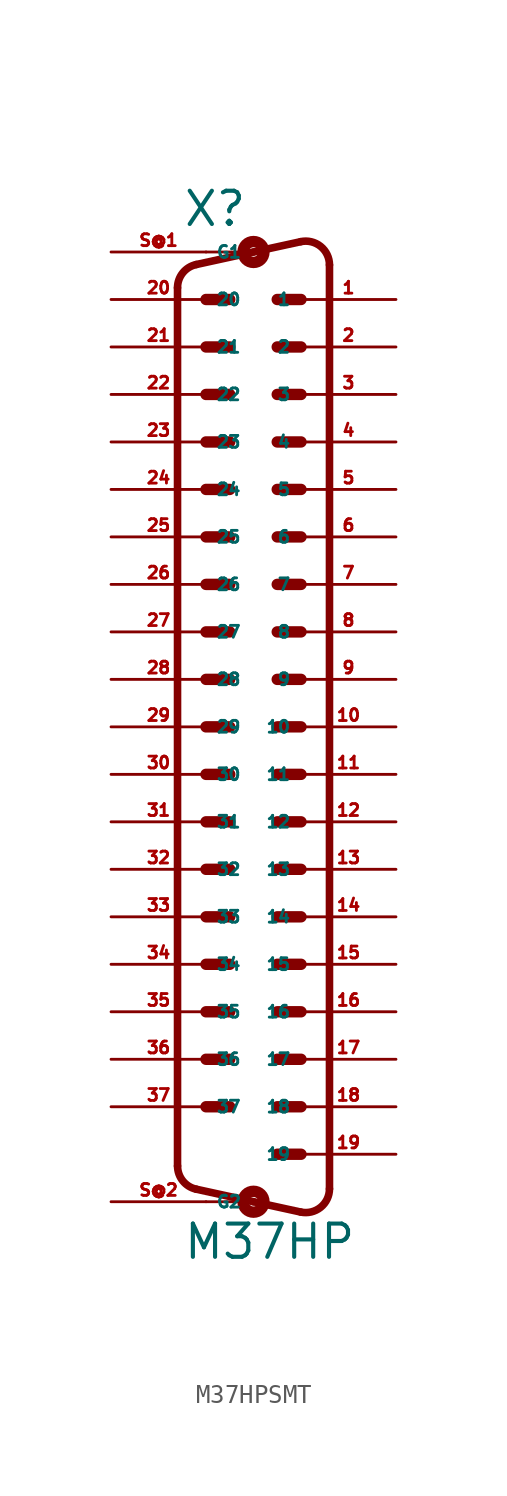
<source format=kicad_sym>
(kicad_symbol_lib
  (version 20220914)
  (generator Eagle2Kicad)
  (symbol "M37HPSMT"
    (property "Reference" "X"
      (at -3.81 24.13 0)
      (effects (font (size 1.778 1.778) (thickness 0.22)) (justify left bottom)))
    (property "Value" "M37HP"
      (at -3.81 -31.115 0)
      (effects (font (size 1.778 1.778) (thickness 0.22)) (justify left bottom)))
    (polyline
      (pts (xy 0 22.86) (xy -2.54 22.86))
      (stroke (width 0.152) (type default))
      (fill (type none)))
    (polyline
      (pts (xy -2.54 -27.94) (xy 0 -27.94))
      (stroke (width 0.152) (type default))
      (fill (type none)))
    (polyline
      (pts (xy 1.27 20.32) (xy 2.54 20.32))
      (stroke (width 0.61) (type default))
      (fill (type none)))
    (polyline
      (pts (xy -2.54 20.32) (xy -1.27 20.32))
      (stroke (width 0.61) (type default))
      (fill (type none)))
    (polyline
      (pts (xy 1.27 15.24) (xy 2.54 15.24))
      (stroke (width 0.61) (type default))
      (fill (type none)))
    (polyline
      (pts (xy -2.54 17.78) (xy -1.27 17.78))
      (stroke (width 0.61) (type default))
      (fill (type none)))
    (polyline
      (pts (xy 1.27 10.16) (xy 2.54 10.16))
      (stroke (width 0.61) (type default))
      (fill (type none)))
    (polyline
      (pts (xy -2.54 15.24) (xy -1.27 15.24))
      (stroke (width 0.61) (type default))
      (fill (type none)))
    (polyline
      (pts (xy 1.27 5.08) (xy 2.54 5.08))
      (stroke (width 0.61) (type default))
      (fill (type none)))
    (polyline
      (pts (xy -2.54 12.7) (xy -1.27 12.7))
      (stroke (width 0.61) (type default))
      (fill (type none)))
    (polyline
      (pts (xy 1.27 0) (xy 2.54 0))
      (stroke (width 0.61) (type default))
      (fill (type none)))
    (polyline
      (pts (xy -2.54 10.16) (xy -1.27 10.16))
      (stroke (width 0.61) (type default))
      (fill (type none)))
    (polyline
      (pts (xy 1.27 -5.08) (xy 2.54 -5.08))
      (stroke (width 0.61) (type default))
      (fill (type none)))
    (polyline
      (pts (xy -2.54 7.62) (xy -1.27 7.62))
      (stroke (width 0.61) (type default))
      (fill (type none)))
    (polyline
      (pts (xy 1.27 -10.16) (xy 2.54 -10.16))
      (stroke (width 0.61) (type default))
      (fill (type none)))
    (polyline
      (pts (xy -2.54 5.08) (xy -1.27 5.08))
      (stroke (width 0.61) (type default))
      (fill (type none)))
    (polyline
      (pts (xy 1.27 -15.24) (xy 2.54 -15.24))
      (stroke (width 0.61) (type default))
      (fill (type none)))
    (polyline
      (pts (xy -2.54 2.54) (xy -1.27 2.54))
      (stroke (width 0.61) (type default))
      (fill (type none)))
    (polyline
      (pts (xy 1.27 -20.32) (xy 2.54 -20.32))
      (stroke (width 0.61) (type default))
      (fill (type none)))
    (polyline
      (pts (xy -2.54 0) (xy -1.27 0))
      (stroke (width 0.61) (type default))
      (fill (type none)))
    (polyline
      (pts (xy 1.27 -25.4) (xy 2.54 -25.4))
      (stroke (width 0.61) (type default))
      (fill (type none)))
    (polyline
      (pts (xy -2.54 -2.54) (xy -1.27 -2.54))
      (stroke (width 0.61) (type default))
      (fill (type none)))
    (polyline
      (pts (xy 1.27 17.78) (xy 2.54 17.78))
      (stroke (width 0.61) (type default))
      (fill (type none)))
    (polyline
      (pts (xy -2.54 -5.08) (xy -1.27 -5.08))
      (stroke (width 0.61) (type default))
      (fill (type none)))
    (polyline
      (pts (xy 1.27 12.7) (xy 2.54 12.7))
      (stroke (width 0.61) (type default))
      (fill (type none)))
    (polyline
      (pts (xy -2.54 -7.62) (xy -1.27 -7.62))
      (stroke (width 0.61) (type default))
      (fill (type none)))
    (polyline
      (pts (xy 1.27 7.62) (xy 2.54 7.62))
      (stroke (width 0.61) (type default))
      (fill (type none)))
    (polyline
      (pts (xy -2.54 -10.16) (xy -1.27 -10.16))
      (stroke (width 0.61) (type default))
      (fill (type none)))
    (polyline
      (pts (xy 1.27 2.54) (xy 2.54 2.54))
      (stroke (width 0.61) (type default))
      (fill (type none)))
    (polyline
      (pts (xy -2.54 -12.7) (xy -1.27 -12.7))
      (stroke (width 0.61) (type default))
      (fill (type none)))
    (polyline
      (pts (xy 1.27 -2.54) (xy 2.54 -2.54))
      (stroke (width 0.61) (type default))
      (fill (type none)))
    (polyline
      (pts (xy -2.54 -15.24) (xy -1.27 -15.24))
      (stroke (width 0.61) (type default))
      (fill (type none)))
    (polyline
      (pts (xy 1.27 -7.62) (xy 2.54 -7.62))
      (stroke (width 0.61) (type default))
      (fill (type none)))
    (polyline
      (pts (xy -2.54 -17.78) (xy -1.27 -17.78))
      (stroke (width 0.61) (type default))
      (fill (type none)))
    (polyline
      (pts (xy 1.27 -12.7) (xy 2.54 -12.7))
      (stroke (width 0.61) (type default))
      (fill (type none)))
    (polyline
      (pts (xy -2.54 -20.32) (xy -1.27 -20.32))
      (stroke (width 0.61) (type default))
      (fill (type none)))
    (polyline
      (pts (xy 1.27 -17.78) (xy 2.54 -17.78))
      (stroke (width 0.61) (type default))
      (fill (type none)))
    (polyline
      (pts (xy -2.54 -22.86) (xy -1.27 -22.86))
      (stroke (width 0.61) (type default))
      (fill (type none)))
    (polyline
      (pts (xy 1.27 -22.86) (xy 2.54 -22.86))
      (stroke (width 0.61) (type default))
      (fill (type none)))
    (arc
      (start 2.5226 -28.4918)
      (mid 3.590 -28.240)
      (end 4.0637 -27.2512)
      (stroke (width 0.4064) (type default))
      (fill (type none)))
    (polyline
      (pts (xy 2.523 -28.492) (xy 0 -27.94))
      (stroke (width 0.406) (type default))
      (fill (type none)))
    (polyline
      (pts (xy 0 -27.94) (xy -3.065 -27.269))
      (stroke (width 0.406) (type default))
      (fill (type none)))
    (arc
      (start -4.064 -26.0288)
      (mid -3.783 -26.825)
      (end -3.0654 -27.2694)
      (stroke (width 0.4064) (type default))
      (fill (type none)))
    (polyline
      (pts (xy -4.064 20.949) (xy -4.064 -26.029))
      (stroke (width 0.406) (type default))
      (fill (type none)))
    (arc
      (start -3.0654 22.1894)
      (mid -3.783 21.745)
      (end -4.064 20.9488)
      (stroke (width 0.4064) (type default))
      (fill (type none)))
    (polyline
      (pts (xy 4.064 22.171) (xy 4.064 -27.251))
      (stroke (width 0.406) (type default))
      (fill (type none)))
    (polyline
      (pts (xy 2.523 23.412) (xy 0 22.86))
      (stroke (width 0.406) (type default))
      (fill (type none)))
    (polyline
      (pts (xy 0 22.86) (xy -3.065 22.189))
      (stroke (width 0.406) (type default))
      (fill (type none)))
    (arc
      (start 4.064 22.1712)
      (mid 3.590 23.161)
      (end 2.5226 23.4119)
      (stroke (width 0.4064) (type default))
      (fill (type none)))
    (circle
      (center 0 22.86)
      (radius 0.254)
      (stroke (width 0.61) (type default))
      (fill (type none)))
    (circle
      (center 0 -27.94)
      (radius 0.254)
      (stroke (width 0.61) (type default))
      (fill (type none)))
    (pin passive line
      (at -7.62 22.86 0)
      (length 5.08)
      (name "G1" (effects (font (size 0.635 0.635) (thickness 0.08)) (justify left bottom)))
      (number "S@1" (effects (font (size 0.635 0.635) (thickness 0.08)) (justify left bottom))))
    (pin passive line
      (at -7.62 -27.94 0)
      (length 5.08)
      (name "G2" (effects (font (size 0.635 0.635) (thickness 0.08)) (justify left bottom)))
      (number "S@2" (effects (font (size 0.635 0.635) (thickness 0.08)) (justify left bottom))))
    (pin passive line
      (at 7.62 20.32 180)
      (length 5.08)
      (name "1" (effects (font (size 0.635 0.635) (thickness 0.08)) (justify left bottom)))
      (number "1" (effects (font (size 0.635 0.635) (thickness 0.08)) (justify left bottom))))
    (pin passive line
      (at -7.62 20.32 0)
      (length 5.08)
      (name "20" (effects (font (size 0.635 0.635) (thickness 0.08)) (justify left bottom)))
      (number "20" (effects (font (size 0.635 0.635) (thickness 0.08)) (justify left bottom))))
    (pin passive line
      (at 7.62 17.78 180)
      (length 5.08)
      (name "2" (effects (font (size 0.635 0.635) (thickness 0.08)) (justify left bottom)))
      (number "2" (effects (font (size 0.635 0.635) (thickness 0.08)) (justify left bottom))))
    (pin passive line
      (at -7.62 17.78 0)
      (length 5.08)
      (name "21" (effects (font (size 0.635 0.635) (thickness 0.08)) (justify left bottom)))
      (number "21" (effects (font (size 0.635 0.635) (thickness 0.08)) (justify left bottom))))
    (pin passive line
      (at 7.62 15.24 180)
      (length 5.08)
      (name "3" (effects (font (size 0.635 0.635) (thickness 0.08)) (justify left bottom)))
      (number "3" (effects (font (size 0.635 0.635) (thickness 0.08)) (justify left bottom))))
    (pin passive line
      (at -7.62 15.24 0)
      (length 5.08)
      (name "22" (effects (font (size 0.635 0.635) (thickness 0.08)) (justify left bottom)))
      (number "22" (effects (font (size 0.635 0.635) (thickness 0.08)) (justify left bottom))))
    (pin passive line
      (at 7.62 12.7 180)
      (length 5.08)
      (name "4" (effects (font (size 0.635 0.635) (thickness 0.08)) (justify left bottom)))
      (number "4" (effects (font (size 0.635 0.635) (thickness 0.08)) (justify left bottom))))
    (pin passive line
      (at -7.62 12.7 0)
      (length 5.08)
      (name "23" (effects (font (size 0.635 0.635) (thickness 0.08)) (justify left bottom)))
      (number "23" (effects (font (size 0.635 0.635) (thickness 0.08)) (justify left bottom))))
    (pin passive line
      (at 7.62 10.16 180)
      (length 5.08)
      (name "5" (effects (font (size 0.635 0.635) (thickness 0.08)) (justify left bottom)))
      (number "5" (effects (font (size 0.635 0.635) (thickness 0.08)) (justify left bottom))))
    (pin passive line
      (at -7.62 10.16 0)
      (length 5.08)
      (name "24" (effects (font (size 0.635 0.635) (thickness 0.08)) (justify left bottom)))
      (number "24" (effects (font (size 0.635 0.635) (thickness 0.08)) (justify left bottom))))
    (pin passive line
      (at 7.62 7.62 180)
      (length 5.08)
      (name "6" (effects (font (size 0.635 0.635) (thickness 0.08)) (justify left bottom)))
      (number "6" (effects (font (size 0.635 0.635) (thickness 0.08)) (justify left bottom))))
    (pin passive line
      (at -7.62 7.62 0)
      (length 5.08)
      (name "25" (effects (font (size 0.635 0.635) (thickness 0.08)) (justify left bottom)))
      (number "25" (effects (font (size 0.635 0.635) (thickness 0.08)) (justify left bottom))))
    (pin passive line
      (at 7.62 5.08 180)
      (length 5.08)
      (name "7" (effects (font (size 0.635 0.635) (thickness 0.08)) (justify left bottom)))
      (number "7" (effects (font (size 0.635 0.635) (thickness 0.08)) (justify left bottom))))
    (pin passive line
      (at -7.62 5.08 0)
      (length 5.08)
      (name "26" (effects (font (size 0.635 0.635) (thickness 0.08)) (justify left bottom)))
      (number "26" (effects (font (size 0.635 0.635) (thickness 0.08)) (justify left bottom))))
    (pin passive line
      (at 7.62 2.54 180)
      (length 5.08)
      (name "8" (effects (font (size 0.635 0.635) (thickness 0.08)) (justify left bottom)))
      (number "8" (effects (font (size 0.635 0.635) (thickness 0.08)) (justify left bottom))))
    (pin passive line
      (at -7.62 2.54 0)
      (length 5.08)
      (name "27" (effects (font (size 0.635 0.635) (thickness 0.08)) (justify left bottom)))
      (number "27" (effects (font (size 0.635 0.635) (thickness 0.08)) (justify left bottom))))
    (pin passive line
      (at 7.62 0 180)
      (length 5.08)
      (name "9" (effects (font (size 0.635 0.635) (thickness 0.08)) (justify left bottom)))
      (number "9" (effects (font (size 0.635 0.635) (thickness 0.08)) (justify left bottom))))
    (pin passive line
      (at -7.62 0 0)
      (length 5.08)
      (name "28" (effects (font (size 0.635 0.635) (thickness 0.08)) (justify left bottom)))
      (number "28" (effects (font (size 0.635 0.635) (thickness 0.08)) (justify left bottom))))
    (pin passive line
      (at 7.62 -2.54 180)
      (length 5.08)
      (name "10" (effects (font (size 0.635 0.635) (thickness 0.08)) (justify left bottom)))
      (number "10" (effects (font (size 0.635 0.635) (thickness 0.08)) (justify left bottom))))
    (pin passive line
      (at -7.62 -2.54 0)
      (length 5.08)
      (name "29" (effects (font (size 0.635 0.635) (thickness 0.08)) (justify left bottom)))
      (number "29" (effects (font (size 0.635 0.635) (thickness 0.08)) (justify left bottom))))
    (pin passive line
      (at 7.62 -5.08 180)
      (length 5.08)
      (name "11" (effects (font (size 0.635 0.635) (thickness 0.08)) (justify left bottom)))
      (number "11" (effects (font (size 0.635 0.635) (thickness 0.08)) (justify left bottom))))
    (pin passive line
      (at -7.62 -5.08 0)
      (length 5.08)
      (name "30" (effects (font (size 0.635 0.635) (thickness 0.08)) (justify left bottom)))
      (number "30" (effects (font (size 0.635 0.635) (thickness 0.08)) (justify left bottom))))
    (pin passive line
      (at 7.62 -7.62 180)
      (length 5.08)
      (name "12" (effects (font (size 0.635 0.635) (thickness 0.08)) (justify left bottom)))
      (number "12" (effects (font (size 0.635 0.635) (thickness 0.08)) (justify left bottom))))
    (pin passive line
      (at -7.62 -7.62 0)
      (length 5.08)
      (name "31" (effects (font (size 0.635 0.635) (thickness 0.08)) (justify left bottom)))
      (number "31" (effects (font (size 0.635 0.635) (thickness 0.08)) (justify left bottom))))
    (pin passive line
      (at 7.62 -10.16 180)
      (length 5.08)
      (name "13" (effects (font (size 0.635 0.635) (thickness 0.08)) (justify left bottom)))
      (number "13" (effects (font (size 0.635 0.635) (thickness 0.08)) (justify left bottom))))
    (pin passive line
      (at -7.62 -10.16 0)
      (length 5.08)
      (name "32" (effects (font (size 0.635 0.635) (thickness 0.08)) (justify left bottom)))
      (number "32" (effects (font (size 0.635 0.635) (thickness 0.08)) (justify left bottom))))
    (pin passive line
      (at 7.62 -12.7 180)
      (length 5.08)
      (name "14" (effects (font (size 0.635 0.635) (thickness 0.08)) (justify left bottom)))
      (number "14" (effects (font (size 0.635 0.635) (thickness 0.08)) (justify left bottom))))
    (pin passive line
      (at -7.62 -12.7 0)
      (length 5.08)
      (name "33" (effects (font (size 0.635 0.635) (thickness 0.08)) (justify left bottom)))
      (number "33" (effects (font (size 0.635 0.635) (thickness 0.08)) (justify left bottom))))
    (pin passive line
      (at 7.62 -15.24 180)
      (length 5.08)
      (name "15" (effects (font (size 0.635 0.635) (thickness 0.08)) (justify left bottom)))
      (number "15" (effects (font (size 0.635 0.635) (thickness 0.08)) (justify left bottom))))
    (pin passive line
      (at -7.62 -15.24 0)
      (length 5.08)
      (name "34" (effects (font (size 0.635 0.635) (thickness 0.08)) (justify left bottom)))
      (number "34" (effects (font (size 0.635 0.635) (thickness 0.08)) (justify left bottom))))
    (pin passive line
      (at 7.62 -17.78 180)
      (length 5.08)
      (name "16" (effects (font (size 0.635 0.635) (thickness 0.08)) (justify left bottom)))
      (number "16" (effects (font (size 0.635 0.635) (thickness 0.08)) (justify left bottom))))
    (pin passive line
      (at -7.62 -17.78 0)
      (length 5.08)
      (name "35" (effects (font (size 0.635 0.635) (thickness 0.08)) (justify left bottom)))
      (number "35" (effects (font (size 0.635 0.635) (thickness 0.08)) (justify left bottom))))
    (pin passive line
      (at 7.62 -20.32 180)
      (length 5.08)
      (name "17" (effects (font (size 0.635 0.635) (thickness 0.08)) (justify left bottom)))
      (number "17" (effects (font (size 0.635 0.635) (thickness 0.08)) (justify left bottom))))
    (pin passive line
      (at -7.62 -20.32 0)
      (length 5.08)
      (name "36" (effects (font (size 0.635 0.635) (thickness 0.08)) (justify left bottom)))
      (number "36" (effects (font (size 0.635 0.635) (thickness 0.08)) (justify left bottom))))
    (pin passive line
      (at 7.62 -22.86 180)
      (length 5.08)
      (name "18" (effects (font (size 0.635 0.635) (thickness 0.08)) (justify left bottom)))
      (number "18" (effects (font (size 0.635 0.635) (thickness 0.08)) (justify left bottom))))
    (pin passive line
      (at -7.62 -22.86 0)
      (length 5.08)
      (name "37" (effects (font (size 0.635 0.635) (thickness 0.08)) (justify left bottom)))
      (number "37" (effects (font (size 0.635 0.635) (thickness 0.08)) (justify left bottom))))
    (pin passive line
      (at 7.62 -25.4 180)
      (length 5.08)
      (name "19" (effects (font (size 0.635 0.635) (thickness 0.08)) (justify left bottom)))
      (number "19" (effects (font (size 0.635 0.635) (thickness 0.08)) (justify left bottom))))))
</source>
